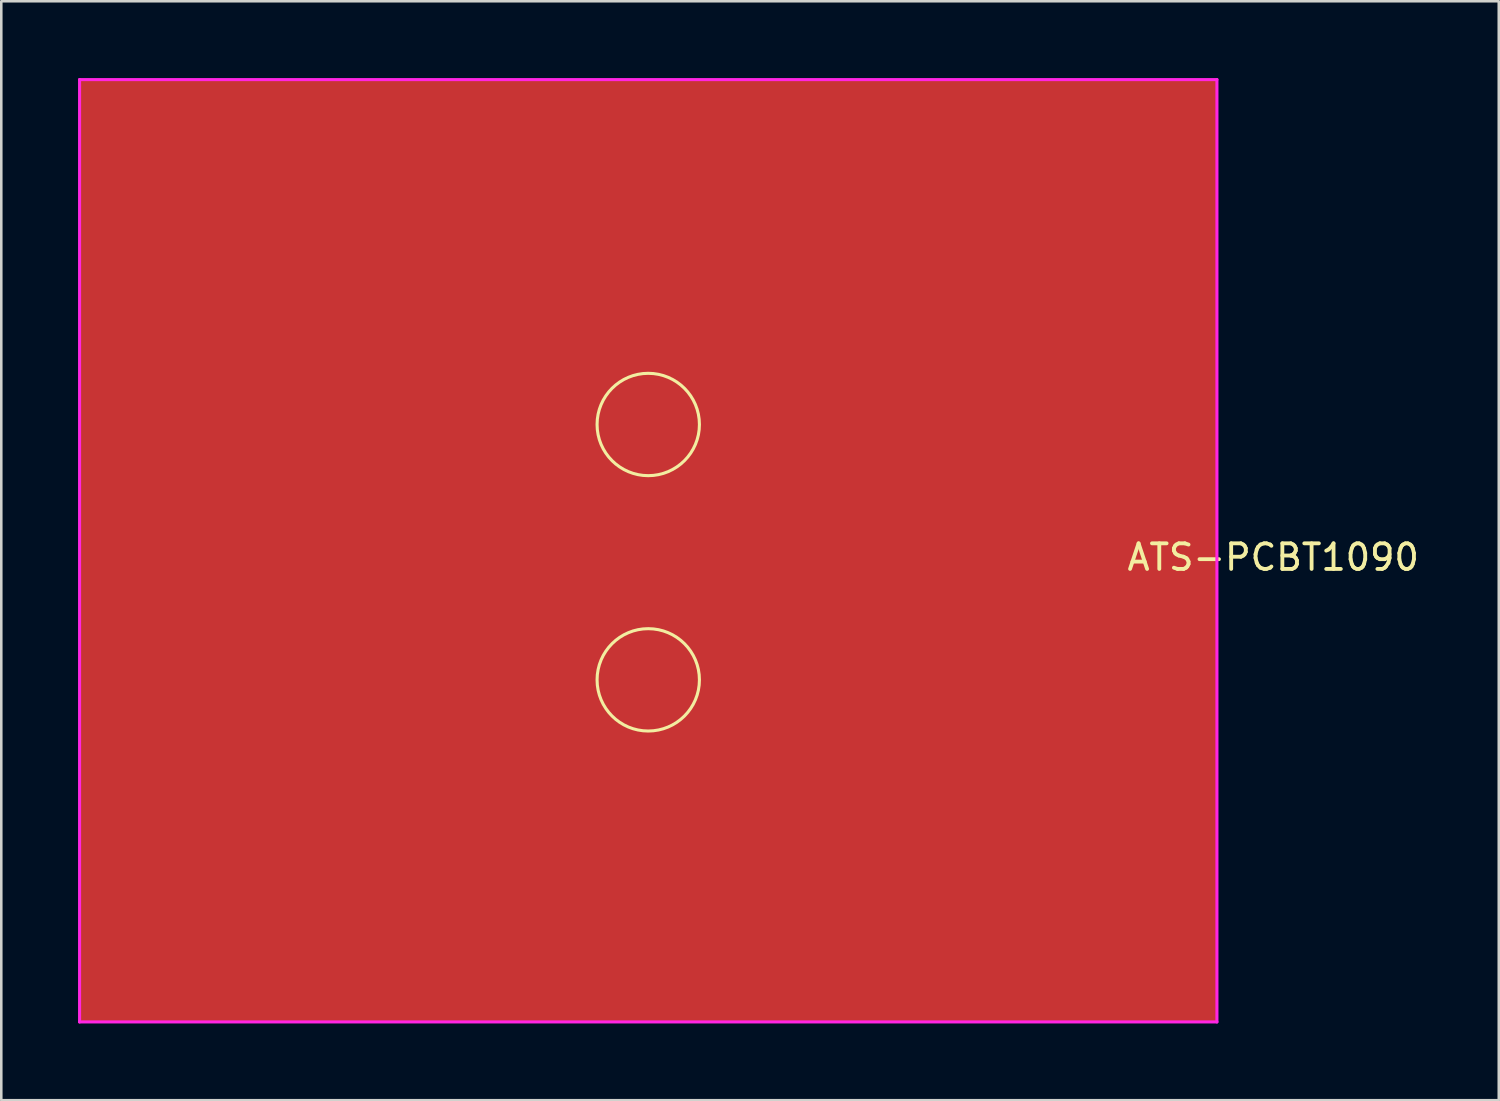
<source format=kicad_pcb>
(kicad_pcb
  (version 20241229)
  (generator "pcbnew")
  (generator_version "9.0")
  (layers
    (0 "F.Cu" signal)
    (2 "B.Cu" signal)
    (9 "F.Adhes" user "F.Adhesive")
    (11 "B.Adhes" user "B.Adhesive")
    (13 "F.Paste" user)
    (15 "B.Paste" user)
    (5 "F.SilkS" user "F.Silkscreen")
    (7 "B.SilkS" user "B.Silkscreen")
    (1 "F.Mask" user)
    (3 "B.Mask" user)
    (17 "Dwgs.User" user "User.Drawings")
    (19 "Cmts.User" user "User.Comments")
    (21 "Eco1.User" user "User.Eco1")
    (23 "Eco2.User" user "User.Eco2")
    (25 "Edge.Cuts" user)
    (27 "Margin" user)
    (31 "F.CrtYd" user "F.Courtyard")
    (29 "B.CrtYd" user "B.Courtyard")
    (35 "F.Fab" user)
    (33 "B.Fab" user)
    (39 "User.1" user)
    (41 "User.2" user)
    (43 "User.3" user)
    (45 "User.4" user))
  (footprint "ATS-PCBT1090"
    (layer "F.Cu")
    (at 22.285 18.53)
    (property "Reference" "ATS-PCBT1090" (at 24.425 0.2 0) (layer "F.SilkS") (effects (font (size 1 1) (thickness 0.15))))
    (attr through_hole)
    (fp_poly (pts (xy 22.225 18.36) (xy -22.225 18.36) (xy -22.225 -18.47) (xy 22.225 -18.47)) (stroke (width 0) (type solid)) (fill yes) (layer "F.Cu"))
    (fp_circle (center 0 -4.99) (end 2 -4.99) (stroke (width 0.12) (type solid)) (fill no) (layer "F.SilkS"))
    (fp_circle (center 0 4.99) (end -2 4.99) (stroke (width 0.12) (type solid)) (fill no) (layer "F.SilkS"))
    (fp_line (start -22.225 -18.47) (end -22.225 18.36) (stroke (width 0.12) (type solid)) (layer "F.CrtYd"))
    (fp_line (start -22.225 -18.47) (end 22.225 -18.47) (stroke (width 0.12) (type solid)) (layer "F.CrtYd"))
    (fp_line (start -22.225 18.36) (end 22.225 18.36) (stroke (width 0.12) (type solid)) (layer "F.CrtYd"))
    (fp_line (start 22.225 -18.47) (end 22.225 18.36) (stroke (width 0.12) (type solid)) (layer "F.CrtYd")))
  (gr_rect
    (start -3 -3)
    (end 55.525 39.95)
    (stroke (width 0.1) (type default))
    (fill no)
    (layer "Edge.Cuts")))
</source>
